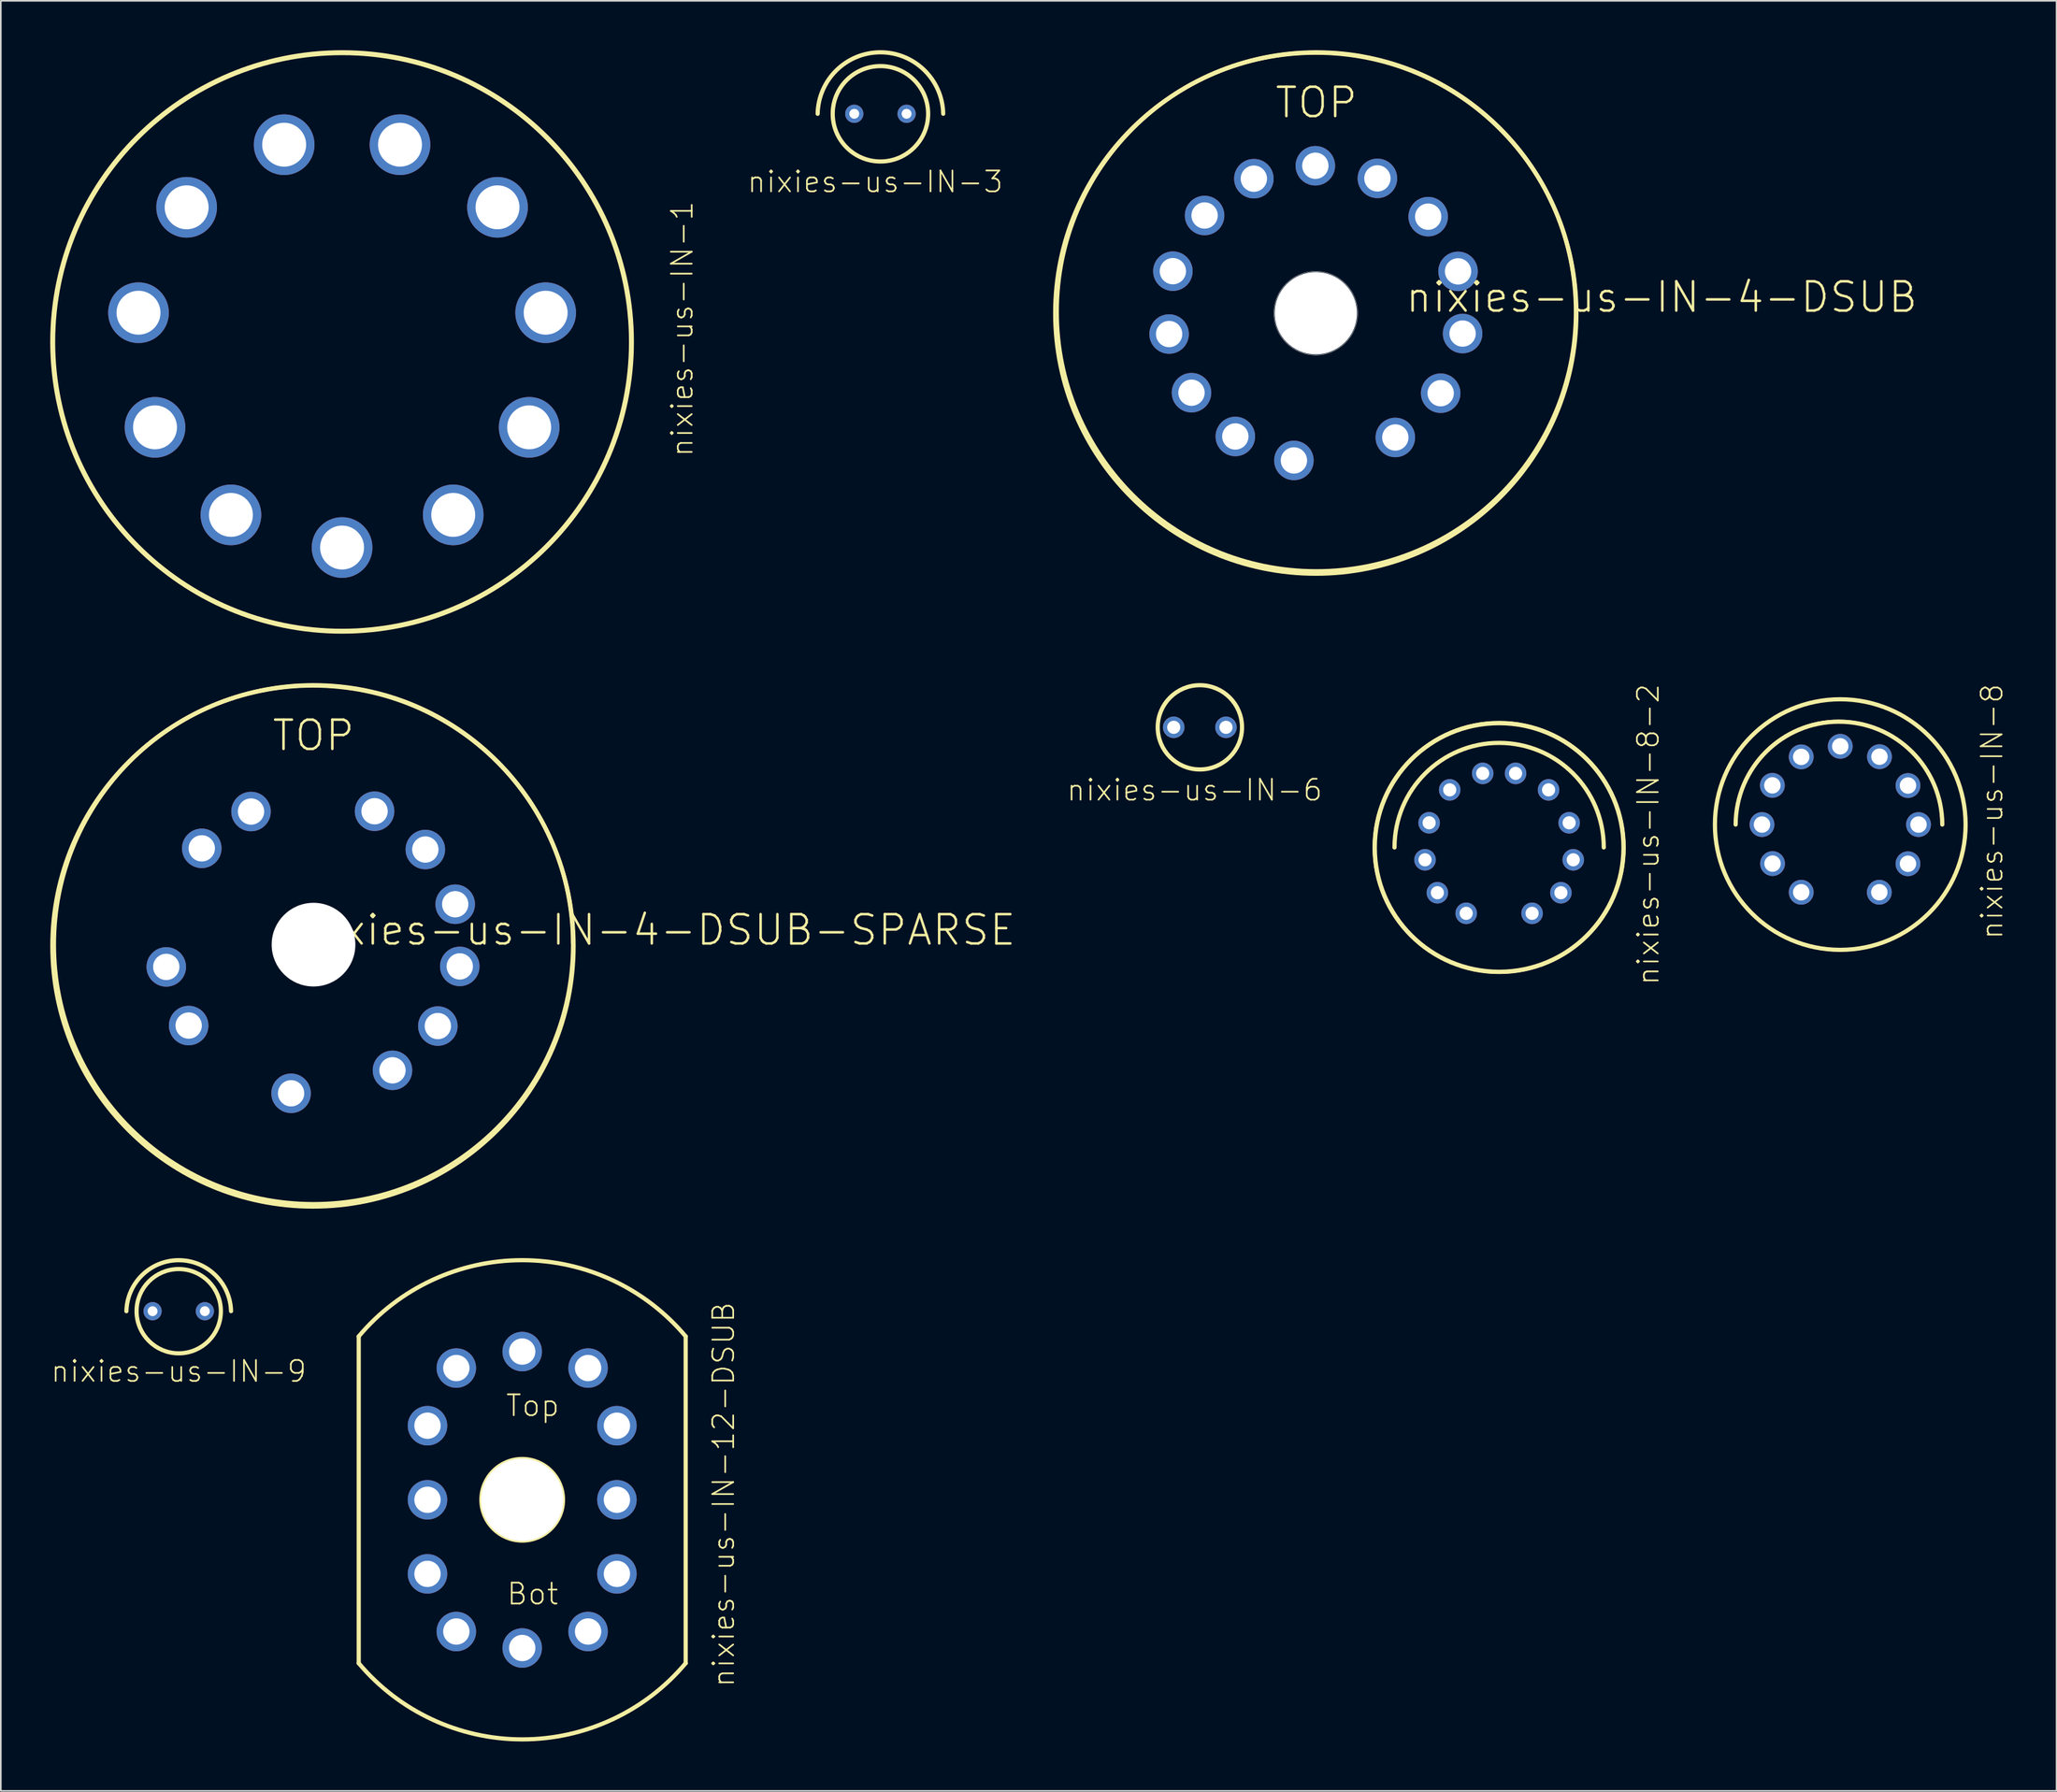
<source format=kicad_pcb>
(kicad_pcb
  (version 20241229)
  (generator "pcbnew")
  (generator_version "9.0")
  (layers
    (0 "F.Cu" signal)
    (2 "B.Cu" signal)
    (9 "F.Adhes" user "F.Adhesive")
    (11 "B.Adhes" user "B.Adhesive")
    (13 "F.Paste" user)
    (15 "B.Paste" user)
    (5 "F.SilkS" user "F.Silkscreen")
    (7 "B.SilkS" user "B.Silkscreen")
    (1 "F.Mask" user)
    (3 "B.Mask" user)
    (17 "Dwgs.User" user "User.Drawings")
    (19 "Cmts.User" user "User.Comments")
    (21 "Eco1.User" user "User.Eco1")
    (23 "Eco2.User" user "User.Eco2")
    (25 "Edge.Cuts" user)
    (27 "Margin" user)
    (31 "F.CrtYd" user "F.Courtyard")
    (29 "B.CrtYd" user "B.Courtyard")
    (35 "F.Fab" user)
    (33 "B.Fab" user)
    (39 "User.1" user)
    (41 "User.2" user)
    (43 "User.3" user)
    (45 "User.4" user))
  (footprint "nixies-us-IN-12-DSUB"
    (layer "F.Cu")
    (at 28.643 88.007)
    (property "Reference" "nixies-us-IN-12-DSUB" (at 12.222 -0.318 90) (layer "F.SilkS") (effects (font (size 1.27 1.27) (thickness 0.102))))
    (attr exclude_from_pos_files exclude_from_bom)
    (fp_line (start -9.921 9.921) (end -9.921 -9.921) (stroke (width 0.254) (type solid)) (layer "F.SilkS"))
    (fp_line (start 9.921 -9.921) (end 9.921 9.921) (stroke (width 0.254) (type solid)) (layer "F.SilkS"))
    (fp_arc (start -9.92124 -9.92124) (mid 0.000928 -14.547158) (end 9.922433 -9.919819) (stroke (width 0.254) (type solid)) (layer "F.SilkS"))
    (fp_arc (start 9.92124 9.92124) (mid -0.000928 14.547158) (end -9.922433 9.919819) (stroke (width 0.254) (type solid)) (layer "F.SilkS"))
    (fp_circle (center 0 0) (end 0 -2.54) (stroke (width 0.127) (type solid)) (fill no) (layer "F.SilkS"))
    (fp_text user "Bot" (at 0.635 5.715 0) (layer "F.SilkS") (effects (font (size 1.27 1.27) (thickness 0.102))))
    (fp_text user "Top" (at 0.635 -5.715 0) (layer "F.SilkS") (effects (font (size 1.27 1.27) (thickness 0.102))))
    (pad "" np_thru_hole circle (at 0 0) (size 4.999 4.999) (drill 4.999) (layers "*.Cu" "*.Mask"))
    (pad "0" thru_hole circle (at 5.748 4.498) (size 2.398 2.398) (drill 1.598) (layers "*.Cu" "*.Mask"))
    (pad "1" thru_hole circle (at -3.998 7.998) (size 2.398 2.398) (drill 1.598) (layers "*.Cu" "*.Mask"))
    (pad "2" thru_hole circle (at -5.748 4.498) (size 2.398 2.398) (drill 1.598) (layers "*.Cu" "*.Mask"))
    (pad "3" thru_hole circle (at -5.748 0) (size 2.398 2.398) (drill 1.598) (layers "*.Cu" "*.Mask"))
    (pad "4" thru_hole circle (at -5.748 -4.498) (size 2.398 2.398) (drill 1.598) (layers "*.Cu" "*.Mask"))
    (pad "5" thru_hole circle (at -3.998 -7.998) (size 2.398 2.398) (drill 1.598) (layers "*.Cu" "*.Mask"))
    (pad "6" thru_hole circle (at 0 -8.999) (size 2.398 2.398) (drill 1.598) (layers "*.Cu" "*.Mask"))
    (pad "7" thru_hole circle (at 3.998 -7.998) (size 2.398 2.398) (drill 1.598) (layers "*.Cu" "*.Mask"))
    (pad "8" thru_hole circle (at 5.748 -4.498) (size 2.398 2.398) (drill 1.598) (layers "*.Cu" "*.Mask"))
    (pad "9" thru_hole circle (at 5.748 0) (size 2.398 2.398) (drill 1.598) (layers "*.Cu" "*.Mask"))
    (pad "A" thru_hole circle (at 3.998 7.998) (size 2.398 2.398) (drill 1.598) (layers "*.Cu" "*.Mask"))
    (pad "LHDP" thru_hole circle (at 0 8.999) (size 2.398 2.398) (drill 1.598) (layers "*.Cu" "*.Mask")))
  (footprint "nixies-us-IN-8"
    (layer "F.Cu")
    (at 108.637 47.012)
    (property "Reference" "nixies-us-IN-8" (at 9.207 -0.792 90) (layer "F.SilkS") (effects (font (size 1.27 1.27) (thickness 0.102))))
    (attr exclude_from_pos_files exclude_from_bom)
    (fp_arc (start -6.35762 -0.08636) (mid -0.094355 -6.319533) (end 6.144282 -0.06171) (stroke (width 0.127) (type solid)) (layer "F.SilkS"))
    (fp_arc (start -6.35 0) (mid -0.07874 -6.27126) (end 6.19252 0) (stroke (width 0.254) (type solid)) (layer "F.SilkS"))
    (fp_circle (center 0 0) (end 0 -7.62) (stroke (width 0.127) (type solid)) (fill no) (layer "F.SilkS"))
    (fp_circle (center 0 0) (end 0 -7.607) (stroke (width 0.254) (type solid)) (fill no) (layer "F.SilkS"))
    (pad "0" thru_hole circle (at -4.11 2.37) (size 1.506 1.506) (drill 0.998) (layers "*.Cu" "*.Mask"))
    (pad "1" thru_hole circle (at 2.37 4.11) (size 1.506 1.506) (drill 0.998) (layers "*.Cu" "*.Mask"))
    (pad "2" thru_hole circle (at 4.11 2.38) (size 1.506 1.506) (drill 0.998) (layers "*.Cu" "*.Mask"))
    (pad "3" thru_hole circle (at 4.75 0) (size 1.506 1.506) (drill 0.998) (layers "*.Cu" "*.Mask"))
    (pad "4" thru_hole circle (at 4.11 -2.37) (size 1.506 1.506) (drill 0.998) (layers "*.Cu" "*.Mask"))
    (pad "5" thru_hole circle (at 2.38 -4.12) (size 1.506 1.506) (drill 0.998) (layers "*.Cu" "*.Mask"))
    (pad "6" thru_hole circle (at 0 -4.75) (size 1.506 1.506) (drill 0.998) (layers "*.Cu" "*.Mask"))
    (pad "7" thru_hole circle (at -2.37 -4.11) (size 1.506 1.506) (drill 0.998) (layers "*.Cu" "*.Mask"))
    (pad "8" thru_hole circle (at -4.12 -2.38) (size 1.506 1.506) (drill 0.998) (layers "*.Cu" "*.Mask"))
    (pad "9" thru_hole circle (at -4.75 0) (size 1.506 1.506) (drill 0.998) (layers "*.Cu" "*.Mask"))
    (pad "A" thru_hole circle (at -2.37 4.11) (size 1.506 1.506) (drill 0.998) (layers "*.Cu" "*.Mask")))
  (footprint "nixies-us-IN-3"
    (layer "F.Cu")
    (at 50.384 3.859)
    (property "Reference" "nixies-us-IN-3" (at -0.318 4.128 0) (layer "F.SilkS") (effects (font (size 1.27 1.27) (thickness 0.102))))
    (attr exclude_from_pos_files exclude_from_bom)
    (fp_arc (start -3.81 0) (mid -0.001068 -3.732073) (end 3.809955 -0.002135) (stroke (width 0.254) (type solid)) (layer "F.SilkS"))
    (fp_circle (center 0 0) (end 0 -2.896) (stroke (width 0.254) (type solid)) (fill no) (layer "F.SilkS"))
    (pad "A" thru_hole circle (at -1.587 0) (size 1.107 1.107) (drill 0.599) (layers "*.Cu" "*.Mask"))
    (pad "K" thru_hole circle (at 1.587 0) (size 1.107 1.107) (drill 0.599) (layers "*.Cu" "*.Mask")))
  (footprint "nixies-us-IN-4-DSUB-SPARSE"
    (layer "F.Cu")
    (at 15.977 54.303)
    (property "Reference" "nixies-us-IN-4-DSUB-SPARSE" (at 20.955 -0.889 0) (layer "F.SilkS") (effects (font (size 1.778 1.778) (thickness 0.152))))
    (attr exclude_from_pos_files exclude_from_bom)
    (fp_circle (center 0 0) (end 0 -2.54) (stroke (width 0.025) (type solid)) (fill no) (layer "F.Mask"))
    (fp_circle (center 0 0) (end 0 -1.27) (stroke (width 2.54) (type solid)) (fill no) (layer "F.Mask"))
    (fp_circle (center 0 0) (end 0 -1.27) (stroke (width 2.54) (type solid)) (fill no) (layer "B.Mask"))
    (fp_circle (center -0.033 0.086) (end -0.033 -15.73) (stroke (width 0.254) (type solid)) (fill no) (layer "F.SilkS"))
    (fp_circle (center 0 0) (end 0 -15.753) (stroke (width 0.254) (type solid)) (fill no) (layer "F.SilkS"))
    (fp_text user "TOP" (at 0 -12.7 0) (layer "F.SilkS") (effects (font (size 1.778 1.778) (thickness 0.152))))
    (pad "" np_thru_hole circle (at 0 0) (size 5.08 5.08) (drill 5.08) (layers "*.Cu" "*.Mask"))
    (pad "0" thru_hole circle (at -3.792 -8.082) (size 2.398 2.398) (drill 1.598) (layers "*.Cu" "*.Mask"))
    (pad "1" thru_hole circle (at -1.361 9.025) (size 2.398 2.398) (drill 1.598) (layers "*.Cu" "*.Mask"))
    (pad "2" thru_hole circle (at -6.782 -5.847) (size 2.398 2.398) (drill 1.598) (layers "*.Cu" "*.Mask"))
    (pad "3" thru_hole circle (at -8.936 1.351) (size 2.398 2.398) (drill 1.598) (layers "*.Cu" "*.Mask"))
    (pad "4" thru_hole circle (at 4.793 7.63) (size 2.398 2.398) (drill 1.598) (layers "*.Cu" "*.Mask"))
    (pad "5" thru_hole circle (at -7.577 4.912) (size 2.398 2.398) (drill 1.598) (layers "*.Cu" "*.Mask"))
    (pad "6" thru_hole circle (at 7.546 4.943) (size 2.398 2.398) (drill 1.598) (layers "*.Cu" "*.Mask"))
    (pad "7" thru_hole circle (at 3.706 -8.1) (size 2.398 2.398) (drill 1.598) (layers "*.Cu" "*.Mask"))
    (pad "8" thru_hole circle (at 8.877 1.321) (size 2.398 2.398) (drill 1.598) (layers "*.Cu" "*.Mask"))
    (pad "9" thru_hole circle (at 6.787 -5.776) (size 2.398 2.398) (drill 1.598) (layers "*.Cu" "*.Mask"))
    (pad "A3" thru_hole circle (at 8.6 -2.454) (size 2.398 2.398) (drill 1.598) (layers "*.Cu" "*.Mask")))
  (footprint "nixies-us-IN-8-2"
    (layer "F.Cu")
    (at 87.934 48.403)
    (property "Reference" "nixies-us-IN-8-2" (at 9.047 -0.792 90) (layer "F.SilkS") (effects (font (size 1.27 1.27) (thickness 0.102))))
    (attr exclude_from_pos_files exclude_from_bom)
    (fp_arc (start -6.35 0) (mid 0 -6.35) (end 6.35 0) (stroke (width 0.127) (type solid)) (layer "F.SilkS"))
    (fp_arc (start -6.35 0) (mid 0 -6.35) (end 6.35 0) (stroke (width 0.254) (type solid)) (layer "F.SilkS"))
    (fp_circle (center 0 0) (end 0 -7.62) (stroke (width 0.127) (type solid)) (fill no) (layer "F.SilkS"))
    (fp_circle (center 0 0) (end 0 -7.546) (stroke (width 0.254) (type solid)) (fill no) (layer "F.SilkS"))
    (pad "." thru_hole circle (at -3 -3.498) (size 1.306 1.306) (drill 0.798) (layers "*.Cu" "*.Mask"))
    (pad "0" thru_hole circle (at -3.749 2.748) (size 1.306 1.306) (drill 0.798) (layers "*.Cu" "*.Mask"))
    (pad "1" thru_hole circle (at 1.999 3.998) (size 1.306 1.306) (drill 0.798) (layers "*.Cu" "*.Mask"))
    (pad "2" thru_hole circle (at 3.749 2.748) (size 1.306 1.306) (drill 0.798) (layers "*.Cu" "*.Mask"))
    (pad "3" thru_hole circle (at 4.498 0.749) (size 1.306 1.306) (drill 0.798) (layers "*.Cu" "*.Mask"))
    (pad "4" thru_hole circle (at 4.249 -1.499) (size 1.306 1.306) (drill 0.798) (layers "*.Cu" "*.Mask"))
    (pad "5" thru_hole circle (at 3 -3.498) (size 1.306 1.306) (drill 0.798) (layers "*.Cu" "*.Mask"))
    (pad "6" thru_hole circle (at 0.998 -4.498) (size 1.306 1.306) (drill 0.798) (layers "*.Cu" "*.Mask"))
    (pad "7" thru_hole circle (at -0.998 -4.498) (size 1.306 1.306) (drill 0.798) (layers "*.Cu" "*.Mask"))
    (pad "8" thru_hole circle (at -4.249 -1.499) (size 1.306 1.306) (drill 0.798) (layers "*.Cu" "*.Mask"))
    (pad "9" thru_hole circle (at -4.498 0.749) (size 1.306 1.306) (drill 0.798) (layers "*.Cu" "*.Mask"))
    (pad "A" thru_hole circle (at -1.999 3.998) (size 1.306 1.306) (drill 0.798) (layers "*.Cu" "*.Mask")))
  (footprint "nixies-us-IN-1"
    (layer "F.Cu")
    (at 17.711 17.711)
    (property "Reference" "nixies-us-IN-1" (at 20.637 -0.792 90) (layer "F.SilkS") (effects (font (size 1.27 1.27) (thickness 0.102))))
    (attr exclude_from_pos_files exclude_from_bom)
    (fp_circle (center 0 0) (end 0 -17.562) (stroke (width 0.3) (type solid)) (fill no) (layer "F.SilkS"))
    (pad "0" thru_hole circle (at 0 12.482) (size 3.683 3.683) (drill 2.667) (layers "*.Cu" "*.Mask"))
    (pad "1" thru_hole circle (at -11.354 5.184) (size 3.683 3.683) (drill 2.667) (layers "*.Cu" "*.Mask"))
    (pad "2" thru_hole circle (at -12.355 -1.775) (size 3.683 3.683) (drill 2.667) (layers "*.Cu" "*.Mask"))
    (pad "3" thru_hole circle (at -9.434 -8.174) (size 3.683 3.683) (drill 2.667) (layers "*.Cu" "*.Mask"))
    (pad "4" thru_hole circle (at -3.515 -11.976) (size 3.683 3.683) (drill 2.667) (layers "*.Cu" "*.Mask"))
    (pad "5" thru_hole circle (at 3.515 -11.976) (size 3.683 3.683) (drill 2.667) (layers "*.Cu" "*.Mask"))
    (pad "6" thru_hole circle (at 9.434 -8.174) (size 3.683 3.683) (drill 2.667) (layers "*.Cu" "*.Mask"))
    (pad "7" thru_hole circle (at 12.355 -1.775) (size 3.683 3.683) (drill 2.667) (layers "*.Cu" "*.Mask"))
    (pad "8" thru_hole circle (at 11.354 5.184) (size 3.683 3.683) (drill 2.667) (layers "*.Cu" "*.Mask"))
    (pad "9" thru_hole circle (at 6.746 10.5) (size 3.683 3.683) (drill 2.667) (layers "*.Cu" "*.Mask"))
    (pad "A" thru_hole circle (at -6.746 10.5) (size 3.683 3.683) (drill 2.667) (layers "*.Cu" "*.Mask")))
  (footprint "nixies-us-IN-4-DSUB"
    (layer "F.Cu")
    (at 76.84 15.88)
    (property "Reference" "nixies-us-IN-4-DSUB" (at 20.955 -0.889 0) (layer "F.SilkS") (effects (font (size 1.778 1.778) (thickness 0.152))))
    (attr exclude_from_pos_files exclude_from_bom)
    (fp_circle (center 0 0) (end 0 -2.54) (stroke (width 0.025) (type solid)) (fill no) (layer "F.Mask"))
    (fp_circle (center 0 0) (end 0 -1.27) (stroke (width 2.54) (type solid)) (fill no) (layer "F.Mask"))
    (fp_circle (center 0 0) (end 0 -1.27) (stroke (width 2.54) (type solid)) (fill no) (layer "B.Mask"))
    (fp_circle (center -0.033 0.086) (end -0.033 -15.73) (stroke (width 0.254) (type solid)) (fill no) (layer "F.SilkS"))
    (fp_circle (center 0 0) (end 0 -15.753) (stroke (width 0.254) (type solid)) (fill no) (layer "F.SilkS"))
    (fp_circle (center -0.033 0.086) (end -0.033 -2.454) (stroke (width 0.025) (type solid)) (fill no) (layer "Dwgs.User"))
    (fp_text user "TOP" (at 0 -12.7 0) (layer "F.SilkS") (effects (font (size 1.778 1.778) (thickness 0.152))))
    (pad "" np_thru_hole circle (at -0.033 0.086) (size 4.999 4.999) (drill 4.999) (layers "*.Cu" "*.Mask"))
    (pad "0" thru_hole circle (at -3.792 -8.082) (size 2.398 2.398) (drill 1.598) (layers "*.Cu" "*.Mask"))
    (pad "1" thru_hole circle (at -1.361 9.025) (size 2.398 2.398) (drill 1.598) (layers "*.Cu" "*.Mask"))
    (pad "2" thru_hole circle (at -6.782 -5.847) (size 2.398 2.398) (drill 1.598) (layers "*.Cu" "*.Mask"))
    (pad "3" thru_hole circle (at -8.936 1.351) (size 2.398 2.398) (drill 1.598) (layers "*.Cu" "*.Mask"))
    (pad "4" thru_hole circle (at 4.793 7.63) (size 2.398 2.398) (drill 1.598) (layers "*.Cu" "*.Mask"))
    (pad "5" thru_hole circle (at -7.577 4.912) (size 2.398 2.398) (drill 1.598) (layers "*.Cu" "*.Mask"))
    (pad "6" thru_hole circle (at 7.546 4.943) (size 2.398 2.398) (drill 1.598) (layers "*.Cu" "*.Mask"))
    (pad "7" thru_hole circle (at 3.706 -8.1) (size 2.398 2.398) (drill 1.598) (layers "*.Cu" "*.Mask"))
    (pad "8" thru_hole circle (at 8.877 1.321) (size 2.398 2.398) (drill 1.598) (layers "*.Cu" "*.Mask"))
    (pad "9" thru_hole circle (at 6.787 -5.776) (size 2.398 2.398) (drill 1.598) (layers "*.Cu" "*.Mask"))
    (pad "A1" thru_hole circle (at -4.917 7.569) (size 2.398 2.398) (drill 1.598) (layers "*.Cu" "*.Mask"))
    (pad "A2" thru_hole circle (at -8.707 -2.466) (size 2.398 2.398) (drill 1.598) (layers "*.Cu" "*.Mask"))
    (pad "A3" thru_hole circle (at 8.6 -2.454) (size 2.398 2.398) (drill 1.598) (layers "*.Cu" "*.Mask"))
    (pad "N/C" thru_hole circle (at -0.061 -8.867) (size 2.398 2.398) (drill 1.598) (layers "*.Cu" "*.Mask")))
  (footprint "nixies-us-IN-9"
    (layer "F.Cu")
    (at 7.797 76.557)
    (property "Reference" "nixies-us-IN-9" (at 0 3.65 0) (layer "F.SilkS") (effects (font (size 1.27 1.27) (thickness 0.102))))
    (attr exclude_from_pos_files exclude_from_bom)
    (fp_arc (start -3.175 0) (mid -0.001627 -3.097236) (end 3.174918 -0.003253) (stroke (width 0.254) (type solid)) (layer "F.SilkS"))
    (fp_circle (center 0 0) (end 0 -2.558) (stroke (width 0.254) (type solid)) (fill no) (layer "F.SilkS"))
    (pad "A" thru_hole circle (at -1.587 0) (size 1.107 1.107) (drill 0.599) (layers "*.Cu" "*.Mask"))
    (pad "K" thru_hole circle (at 1.585 0) (size 1.107 1.107) (drill 0.599) (layers "*.Cu" "*.Mask")))
  (footprint "nixies-us-IN-6"
    (layer "F.Cu")
    (at 69.771 41.108)
    (property "Reference" "nixies-us-IN-6" (at -0.318 3.81 180) (layer "F.SilkS") (effects (font (size 1.27 1.27) (thickness 0.102))))
    (attr exclude_from_pos_files exclude_from_bom)
    (fp_circle (center 0 0) (end 0 -2.558) (stroke (width 0.254) (type solid)) (fill no) (layer "F.SilkS"))
    (pad "A" thru_hole circle (at -1.587 0) (size 1.306 1.306) (drill 0.798) (layers "*.Cu" "*.Mask"))
    (pad "K" thru_hole circle (at 1.585 0) (size 1.306 1.306) (drill 0.798) (layers "*.Cu" "*.Mask")))
  (gr_rect
    (start -3 -3)
    (end 121.766 105.681)
    (stroke (width 0.1) (type default))
    (fill no)
    (layer "Edge.Cuts")))
</source>
